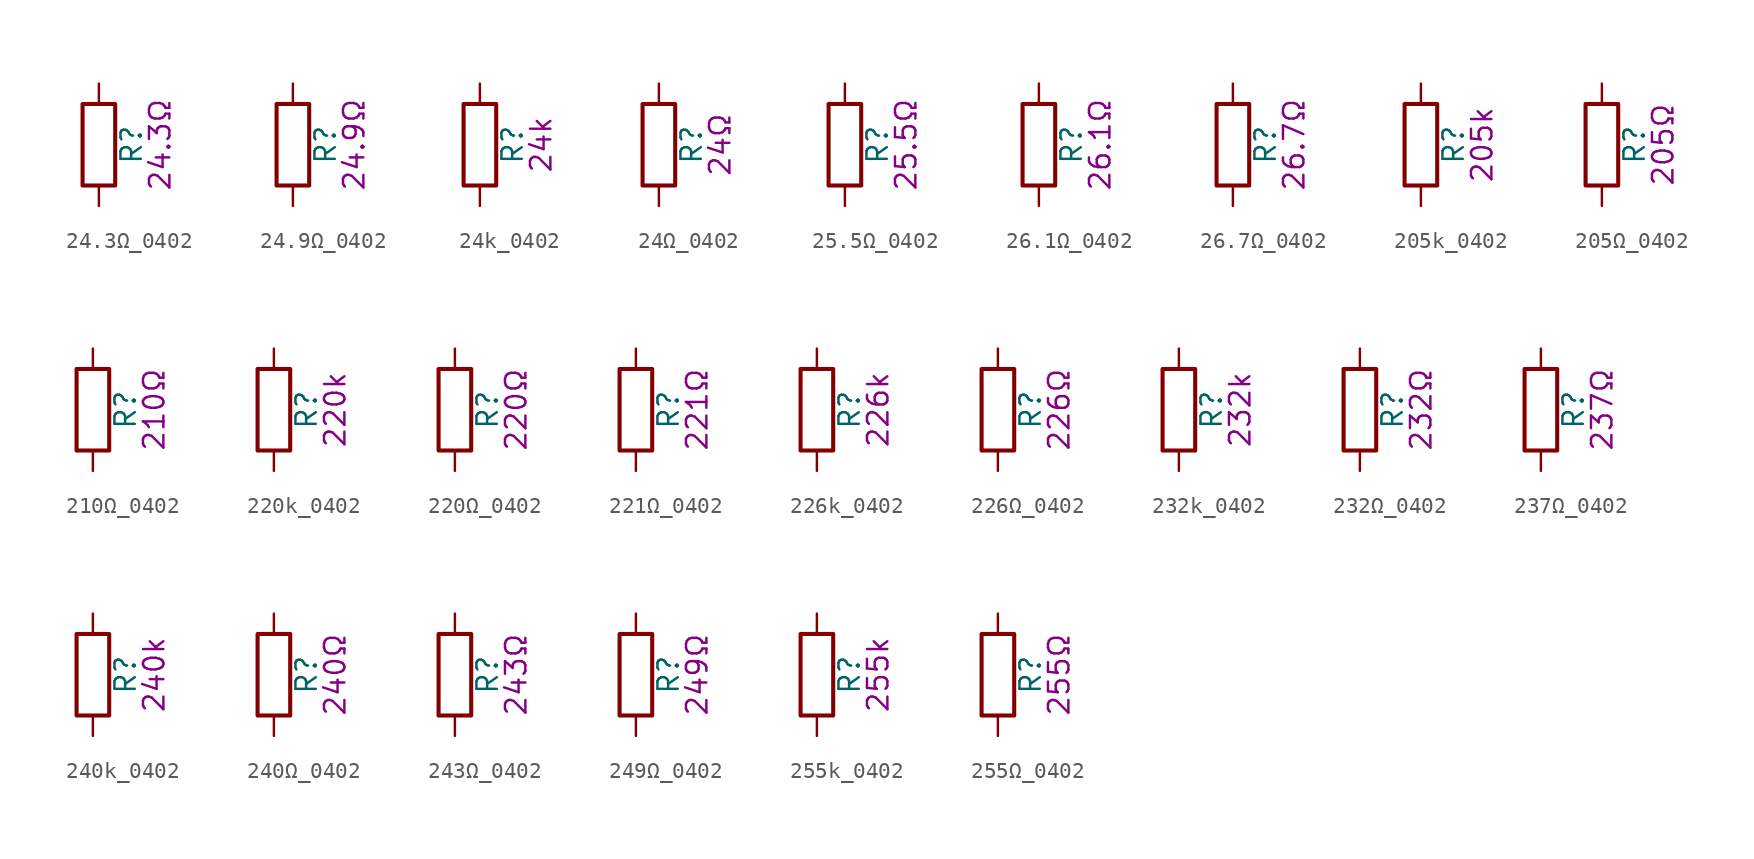
<source format=kicad_sym>
(kicad_symbol_lib
  (version 20211014)
  (generator kicad_symbol_editor)
  (symbol "24.3Ω_0402"
    (pin_numbers hide)
    (pin_names
      (offset 0))
    (property "Reference" "R"
      (at 2.032 0 90)
      (effects (font (size 1.27 1.27))))
    (property "Display" "24.3Ω"
      (at 3.81 0 90)
      (effects (font (size 1.27 1.27))))
    (symbol "24.3Ω_0402_0_1"
      (rectangle (start -1.016 -2.54) (end 1.016 2.54) (stroke (width 0.254) (type default) (color 0 0 0 0)) (fill (type none))))
    (symbol "24.3Ω_0402_1_1"
      (pin passive line (at 0 3.81 270) (length 1.27) (name "~" (effects (font (size 1.27 1.27)))) (number "1" (effects (font (size 1.27 1.27)))))
      (pin passive line (at 0 -3.81 90) (length 1.27) (name "~" (effects (font (size 1.27 1.27)))) (number "2" (effects (font (size 1.27 1.27)))))))
  (symbol "24.9Ω_0402"
    (pin_numbers hide)
    (pin_names
      (offset 0))
    (property "Reference" "R"
      (at 2.032 0 90)
      (effects (font (size 1.27 1.27))))
    (property "Display" "24.9Ω"
      (at 3.81 0 90)
      (effects (font (size 1.27 1.27))))
    (symbol "24.9Ω_0402_0_1"
      (rectangle (start -1.016 -2.54) (end 1.016 2.54) (stroke (width 0.254) (type default) (color 0 0 0 0)) (fill (type none))))
    (symbol "24.9Ω_0402_1_1"
      (pin passive line (at 0 3.81 270) (length 1.27) (name "~" (effects (font (size 1.27 1.27)))) (number "1" (effects (font (size 1.27 1.27)))))
      (pin passive line (at 0 -3.81 90) (length 1.27) (name "~" (effects (font (size 1.27 1.27)))) (number "2" (effects (font (size 1.27 1.27)))))))
  (symbol "24k_0402"
    (pin_numbers hide)
    (pin_names
      (offset 0))
    (property "Reference" "R"
      (at 2.032 0 90)
      (effects (font (size 1.27 1.27))))
    (property "Display" "24k"
      (at 3.81 0 90)
      (effects (font (size 1.27 1.27))))
    (symbol "24k_0402_0_1"
      (rectangle (start -1.016 -2.54) (end 1.016 2.54) (stroke (width 0.254) (type default) (color 0 0 0 0)) (fill (type none))))
    (symbol "24k_0402_1_1"
      (pin passive line (at 0 3.81 270) (length 1.27) (name "~" (effects (font (size 1.27 1.27)))) (number "1" (effects (font (size 1.27 1.27)))))
      (pin passive line (at 0 -3.81 90) (length 1.27) (name "~" (effects (font (size 1.27 1.27)))) (number "2" (effects (font (size 1.27 1.27)))))))
  (symbol "24Ω_0402"
    (pin_numbers hide)
    (pin_names
      (offset 0))
    (property "Reference" "R"
      (at 2.032 0 90)
      (effects (font (size 1.27 1.27))))
    (property "Display" "24Ω"
      (at 3.81 0 90)
      (effects (font (size 1.27 1.27))))
    (symbol "24Ω_0402_0_1"
      (rectangle (start -1.016 -2.54) (end 1.016 2.54) (stroke (width 0.254) (type default) (color 0 0 0 0)) (fill (type none))))
    (symbol "24Ω_0402_1_1"
      (pin passive line (at 0 3.81 270) (length 1.27) (name "~" (effects (font (size 1.27 1.27)))) (number "1" (effects (font (size 1.27 1.27)))))
      (pin passive line (at 0 -3.81 90) (length 1.27) (name "~" (effects (font (size 1.27 1.27)))) (number "2" (effects (font (size 1.27 1.27)))))))
  (symbol "25.5Ω_0402"
    (pin_numbers hide)
    (pin_names
      (offset 0))
    (property "Reference" "R"
      (at 2.032 0 90)
      (effects (font (size 1.27 1.27))))
    (property "Display" "25.5Ω"
      (at 3.81 0 90)
      (effects (font (size 1.27 1.27))))
    (symbol "25.5Ω_0402_0_1"
      (rectangle (start -1.016 -2.54) (end 1.016 2.54) (stroke (width 0.254) (type default) (color 0 0 0 0)) (fill (type none))))
    (symbol "25.5Ω_0402_1_1"
      (pin passive line (at 0 3.81 270) (length 1.27) (name "~" (effects (font (size 1.27 1.27)))) (number "1" (effects (font (size 1.27 1.27)))))
      (pin passive line (at 0 -3.81 90) (length 1.27) (name "~" (effects (font (size 1.27 1.27)))) (number "2" (effects (font (size 1.27 1.27)))))))
  (symbol "26.1Ω_0402"
    (pin_numbers hide)
    (pin_names
      (offset 0))
    (property "Reference" "R"
      (at 2.032 0 90)
      (effects (font (size 1.27 1.27))))
    (property "Display" "26.1Ω"
      (at 3.81 0 90)
      (effects (font (size 1.27 1.27))))
    (symbol "26.1Ω_0402_0_1"
      (rectangle (start -1.016 -2.54) (end 1.016 2.54) (stroke (width 0.254) (type default) (color 0 0 0 0)) (fill (type none))))
    (symbol "26.1Ω_0402_1_1"
      (pin passive line (at 0 3.81 270) (length 1.27) (name "~" (effects (font (size 1.27 1.27)))) (number "1" (effects (font (size 1.27 1.27)))))
      (pin passive line (at 0 -3.81 90) (length 1.27) (name "~" (effects (font (size 1.27 1.27)))) (number "2" (effects (font (size 1.27 1.27)))))))
  (symbol "26.7Ω_0402"
    (pin_numbers hide)
    (pin_names
      (offset 0))
    (property "Reference" "R"
      (at 2.032 0 90)
      (effects (font (size 1.27 1.27))))
    (property "Display" "26.7Ω"
      (at 3.81 0 90)
      (effects (font (size 1.27 1.27))))
    (symbol "26.7Ω_0402_0_1"
      (rectangle (start -1.016 -2.54) (end 1.016 2.54) (stroke (width 0.254) (type default) (color 0 0 0 0)) (fill (type none))))
    (symbol "26.7Ω_0402_1_1"
      (pin passive line (at 0 3.81 270) (length 1.27) (name "~" (effects (font (size 1.27 1.27)))) (number "1" (effects (font (size 1.27 1.27)))))
      (pin passive line (at 0 -3.81 90) (length 1.27) (name "~" (effects (font (size 1.27 1.27)))) (number "2" (effects (font (size 1.27 1.27)))))))
  (symbol "205k_0402"
    (pin_numbers hide)
    (pin_names
      (offset 0))
    (property "Reference" "R"
      (at 2.032 0 90)
      (effects (font (size 1.27 1.27))))
    (property "Display" "205k"
      (at 3.81 0 90)
      (effects (font (size 1.27 1.27))))
    (symbol "205k_0402_0_1"
      (rectangle (start -1.016 -2.54) (end 1.016 2.54) (stroke (width 0.254) (type default) (color 0 0 0 0)) (fill (type none))))
    (symbol "205k_0402_1_1"
      (pin passive line (at 0 3.81 270) (length 1.27) (name "~" (effects (font (size 1.27 1.27)))) (number "1" (effects (font (size 1.27 1.27)))))
      (pin passive line (at 0 -3.81 90) (length 1.27) (name "~" (effects (font (size 1.27 1.27)))) (number "2" (effects (font (size 1.27 1.27)))))))
  (symbol "205Ω_0402"
    (pin_numbers hide)
    (pin_names
      (offset 0))
    (property "Reference" "R"
      (at 2.032 0 90)
      (effects (font (size 1.27 1.27))))
    (property "Display" "205Ω"
      (at 3.81 0 90)
      (effects (font (size 1.27 1.27))))
    (symbol "205Ω_0402_0_1"
      (rectangle (start -1.016 -2.54) (end 1.016 2.54) (stroke (width 0.254) (type default) (color 0 0 0 0)) (fill (type none))))
    (symbol "205Ω_0402_1_1"
      (pin passive line (at 0 3.81 270) (length 1.27) (name "~" (effects (font (size 1.27 1.27)))) (number "1" (effects (font (size 1.27 1.27)))))
      (pin passive line (at 0 -3.81 90) (length 1.27) (name "~" (effects (font (size 1.27 1.27)))) (number "2" (effects (font (size 1.27 1.27)))))))
  (symbol "210Ω_0402"
    (pin_numbers hide)
    (pin_names
      (offset 0))
    (property "Reference" "R"
      (at 2.032 0 90)
      (effects (font (size 1.27 1.27))))
    (property "Display" "210Ω"
      (at 3.81 0 90)
      (effects (font (size 1.27 1.27))))
    (symbol "210Ω_0402_0_1"
      (rectangle (start -1.016 -2.54) (end 1.016 2.54) (stroke (width 0.254) (type default) (color 0 0 0 0)) (fill (type none))))
    (symbol "210Ω_0402_1_1"
      (pin passive line (at 0 3.81 270) (length 1.27) (name "~" (effects (font (size 1.27 1.27)))) (number "1" (effects (font (size 1.27 1.27)))))
      (pin passive line (at 0 -3.81 90) (length 1.27) (name "~" (effects (font (size 1.27 1.27)))) (number "2" (effects (font (size 1.27 1.27)))))))
  (symbol "220k_0402"
    (pin_numbers hide)
    (pin_names
      (offset 0))
    (property "Reference" "R"
      (at 2.032 0 90)
      (effects (font (size 1.27 1.27))))
    (property "Display" "220k"
      (at 3.81 0 90)
      (effects (font (size 1.27 1.27))))
    (symbol "220k_0402_0_1"
      (rectangle (start -1.016 -2.54) (end 1.016 2.54) (stroke (width 0.254) (type default) (color 0 0 0 0)) (fill (type none))))
    (symbol "220k_0402_1_1"
      (pin passive line (at 0 3.81 270) (length 1.27) (name "~" (effects (font (size 1.27 1.27)))) (number "1" (effects (font (size 1.27 1.27)))))
      (pin passive line (at 0 -3.81 90) (length 1.27) (name "~" (effects (font (size 1.27 1.27)))) (number "2" (effects (font (size 1.27 1.27)))))))
  (symbol "220Ω_0402"
    (pin_numbers hide)
    (pin_names
      (offset 0))
    (property "Reference" "R"
      (at 2.032 0 90)
      (effects (font (size 1.27 1.27))))
    (property "Display" "220Ω"
      (at 3.81 0 90)
      (effects (font (size 1.27 1.27))))
    (symbol "220Ω_0402_0_1"
      (rectangle (start -1.016 -2.54) (end 1.016 2.54) (stroke (width 0.254) (type default) (color 0 0 0 0)) (fill (type none))))
    (symbol "220Ω_0402_1_1"
      (pin passive line (at 0 3.81 270) (length 1.27) (name "~" (effects (font (size 1.27 1.27)))) (number "1" (effects (font (size 1.27 1.27)))))
      (pin passive line (at 0 -3.81 90) (length 1.27) (name "~" (effects (font (size 1.27 1.27)))) (number "2" (effects (font (size 1.27 1.27)))))))
  (symbol "221Ω_0402"
    (pin_numbers hide)
    (pin_names
      (offset 0))
    (property "Reference" "R"
      (at 2.032 0 90)
      (effects (font (size 1.27 1.27))))
    (property "Display" "221Ω"
      (at 3.81 0 90)
      (effects (font (size 1.27 1.27))))
    (symbol "221Ω_0402_0_1"
      (rectangle (start -1.016 -2.54) (end 1.016 2.54) (stroke (width 0.254) (type default) (color 0 0 0 0)) (fill (type none))))
    (symbol "221Ω_0402_1_1"
      (pin passive line (at 0 3.81 270) (length 1.27) (name "~" (effects (font (size 1.27 1.27)))) (number "1" (effects (font (size 1.27 1.27)))))
      (pin passive line (at 0 -3.81 90) (length 1.27) (name "~" (effects (font (size 1.27 1.27)))) (number "2" (effects (font (size 1.27 1.27)))))))
  (symbol "226k_0402"
    (pin_numbers hide)
    (pin_names
      (offset 0))
    (property "Reference" "R"
      (at 2.032 0 90)
      (effects (font (size 1.27 1.27))))
    (property "Display" "226k"
      (at 3.81 0 90)
      (effects (font (size 1.27 1.27))))
    (symbol "226k_0402_0_1"
      (rectangle (start -1.016 -2.54) (end 1.016 2.54) (stroke (width 0.254) (type default) (color 0 0 0 0)) (fill (type none))))
    (symbol "226k_0402_1_1"
      (pin passive line (at 0 3.81 270) (length 1.27) (name "~" (effects (font (size 1.27 1.27)))) (number "1" (effects (font (size 1.27 1.27)))))
      (pin passive line (at 0 -3.81 90) (length 1.27) (name "~" (effects (font (size 1.27 1.27)))) (number "2" (effects (font (size 1.27 1.27)))))))
  (symbol "226Ω_0402"
    (pin_numbers hide)
    (pin_names
      (offset 0))
    (property "Reference" "R"
      (at 2.032 0 90)
      (effects (font (size 1.27 1.27))))
    (property "Display" "226Ω"
      (at 3.81 0 90)
      (effects (font (size 1.27 1.27))))
    (symbol "226Ω_0402_0_1"
      (rectangle (start -1.016 -2.54) (end 1.016 2.54) (stroke (width 0.254) (type default) (color 0 0 0 0)) (fill (type none))))
    (symbol "226Ω_0402_1_1"
      (pin passive line (at 0 3.81 270) (length 1.27) (name "~" (effects (font (size 1.27 1.27)))) (number "1" (effects (font (size 1.27 1.27)))))
      (pin passive line (at 0 -3.81 90) (length 1.27) (name "~" (effects (font (size 1.27 1.27)))) (number "2" (effects (font (size 1.27 1.27)))))))
  (symbol "232k_0402"
    (pin_numbers hide)
    (pin_names
      (offset 0))
    (property "Reference" "R"
      (at 2.032 0 90)
      (effects (font (size 1.27 1.27))))
    (property "Display" "232k"
      (at 3.81 0 90)
      (effects (font (size 1.27 1.27))))
    (symbol "232k_0402_0_1"
      (rectangle (start -1.016 -2.54) (end 1.016 2.54) (stroke (width 0.254) (type default) (color 0 0 0 0)) (fill (type none))))
    (symbol "232k_0402_1_1"
      (pin passive line (at 0 3.81 270) (length 1.27) (name "~" (effects (font (size 1.27 1.27)))) (number "1" (effects (font (size 1.27 1.27)))))
      (pin passive line (at 0 -3.81 90) (length 1.27) (name "~" (effects (font (size 1.27 1.27)))) (number "2" (effects (font (size 1.27 1.27)))))))
  (symbol "232Ω_0402"
    (pin_numbers hide)
    (pin_names
      (offset 0))
    (property "Reference" "R"
      (at 2.032 0 90)
      (effects (font (size 1.27 1.27))))
    (property "Display" "232Ω"
      (at 3.81 0 90)
      (effects (font (size 1.27 1.27))))
    (symbol "232Ω_0402_0_1"
      (rectangle (start -1.016 -2.54) (end 1.016 2.54) (stroke (width 0.254) (type default) (color 0 0 0 0)) (fill (type none))))
    (symbol "232Ω_0402_1_1"
      (pin passive line (at 0 3.81 270) (length 1.27) (name "~" (effects (font (size 1.27 1.27)))) (number "1" (effects (font (size 1.27 1.27)))))
      (pin passive line (at 0 -3.81 90) (length 1.27) (name "~" (effects (font (size 1.27 1.27)))) (number "2" (effects (font (size 1.27 1.27)))))))
  (symbol "237Ω_0402"
    (pin_numbers hide)
    (pin_names
      (offset 0))
    (property "Reference" "R"
      (at 2.032 0 90)
      (effects (font (size 1.27 1.27))))
    (property "Display" "237Ω"
      (at 3.81 0 90)
      (effects (font (size 1.27 1.27))))
    (symbol "237Ω_0402_0_1"
      (rectangle (start -1.016 -2.54) (end 1.016 2.54) (stroke (width 0.254) (type default) (color 0 0 0 0)) (fill (type none))))
    (symbol "237Ω_0402_1_1"
      (pin passive line (at 0 3.81 270) (length 1.27) (name "~" (effects (font (size 1.27 1.27)))) (number "1" (effects (font (size 1.27 1.27)))))
      (pin passive line (at 0 -3.81 90) (length 1.27) (name "~" (effects (font (size 1.27 1.27)))) (number "2" (effects (font (size 1.27 1.27)))))))
  (symbol "240k_0402"
    (pin_numbers hide)
    (pin_names
      (offset 0))
    (property "Reference" "R"
      (at 2.032 0 90)
      (effects (font (size 1.27 1.27))))
    (property "Display" "240k"
      (at 3.81 0 90)
      (effects (font (size 1.27 1.27))))
    (symbol "240k_0402_0_1"
      (rectangle (start -1.016 -2.54) (end 1.016 2.54) (stroke (width 0.254) (type default) (color 0 0 0 0)) (fill (type none))))
    (symbol "240k_0402_1_1"
      (pin passive line (at 0 3.81 270) (length 1.27) (name "~" (effects (font (size 1.27 1.27)))) (number "1" (effects (font (size 1.27 1.27)))))
      (pin passive line (at 0 -3.81 90) (length 1.27) (name "~" (effects (font (size 1.27 1.27)))) (number "2" (effects (font (size 1.27 1.27)))))))
  (symbol "240Ω_0402"
    (pin_numbers hide)
    (pin_names
      (offset 0))
    (property "Reference" "R"
      (at 2.032 0 90)
      (effects (font (size 1.27 1.27))))
    (property "Display" "240Ω"
      (at 3.81 0 90)
      (effects (font (size 1.27 1.27))))
    (symbol "240Ω_0402_0_1"
      (rectangle (start -1.016 -2.54) (end 1.016 2.54) (stroke (width 0.254) (type default) (color 0 0 0 0)) (fill (type none))))
    (symbol "240Ω_0402_1_1"
      (pin passive line (at 0 3.81 270) (length 1.27) (name "~" (effects (font (size 1.27 1.27)))) (number "1" (effects (font (size 1.27 1.27)))))
      (pin passive line (at 0 -3.81 90) (length 1.27) (name "~" (effects (font (size 1.27 1.27)))) (number "2" (effects (font (size 1.27 1.27)))))))
  (symbol "243Ω_0402"
    (pin_numbers hide)
    (pin_names
      (offset 0))
    (property "Reference" "R"
      (at 2.032 0 90)
      (effects (font (size 1.27 1.27))))
    (property "Display" "243Ω"
      (at 3.81 0 90)
      (effects (font (size 1.27 1.27))))
    (symbol "243Ω_0402_0_1"
      (rectangle (start -1.016 -2.54) (end 1.016 2.54) (stroke (width 0.254) (type default) (color 0 0 0 0)) (fill (type none))))
    (symbol "243Ω_0402_1_1"
      (pin passive line (at 0 3.81 270) (length 1.27) (name "~" (effects (font (size 1.27 1.27)))) (number "1" (effects (font (size 1.27 1.27)))))
      (pin passive line (at 0 -3.81 90) (length 1.27) (name "~" (effects (font (size 1.27 1.27)))) (number "2" (effects (font (size 1.27 1.27)))))))
  (symbol "249Ω_0402"
    (pin_numbers hide)
    (pin_names
      (offset 0))
    (property "Reference" "R"
      (at 2.032 0 90)
      (effects (font (size 1.27 1.27))))
    (property "Display" "249Ω"
      (at 3.81 0 90)
      (effects (font (size 1.27 1.27))))
    (symbol "249Ω_0402_0_1"
      (rectangle (start -1.016 -2.54) (end 1.016 2.54) (stroke (width 0.254) (type default) (color 0 0 0 0)) (fill (type none))))
    (symbol "249Ω_0402_1_1"
      (pin passive line (at 0 3.81 270) (length 1.27) (name "~" (effects (font (size 1.27 1.27)))) (number "1" (effects (font (size 1.27 1.27)))))
      (pin passive line (at 0 -3.81 90) (length 1.27) (name "~" (effects (font (size 1.27 1.27)))) (number "2" (effects (font (size 1.27 1.27)))))))
  (symbol "255k_0402"
    (pin_numbers hide)
    (pin_names
      (offset 0))
    (property "Reference" "R"
      (at 2.032 0 90)
      (effects (font (size 1.27 1.27))))
    (property "Display" "255k"
      (at 3.81 0 90)
      (effects (font (size 1.27 1.27))))
    (symbol "255k_0402_0_1"
      (rectangle (start -1.016 -2.54) (end 1.016 2.54) (stroke (width 0.254) (type default) (color 0 0 0 0)) (fill (type none))))
    (symbol "255k_0402_1_1"
      (pin passive line (at 0 3.81 270) (length 1.27) (name "~" (effects (font (size 1.27 1.27)))) (number "1" (effects (font (size 1.27 1.27)))))
      (pin passive line (at 0 -3.81 90) (length 1.27) (name "~" (effects (font (size 1.27 1.27)))) (number "2" (effects (font (size 1.27 1.27)))))))
  (symbol "255Ω_0402"
    (pin_numbers hide)
    (pin_names
      (offset 0))
    (property "Reference" "R"
      (at 2.032 0 90)
      (effects (font (size 1.27 1.27))))
    (property "Display" "255Ω"
      (at 3.81 0 90)
      (effects (font (size 1.27 1.27))))
    (symbol "255Ω_0402_0_1"
      (rectangle (start -1.016 -2.54) (end 1.016 2.54) (stroke (width 0.254) (type default) (color 0 0 0 0)) (fill (type none))))
    (symbol "255Ω_0402_1_1"
      (pin passive line (at 0 3.81 270) (length 1.27) (name "~" (effects (font (size 1.27 1.27)))) (number "1" (effects (font (size 1.27 1.27)))))
      (pin passive line (at 0 -3.81 90) (length 1.27) (name "~" (effects (font (size 1.27 1.27)))) (number "2" (effects (font (size 1.27 1.27))))))))
</source>
